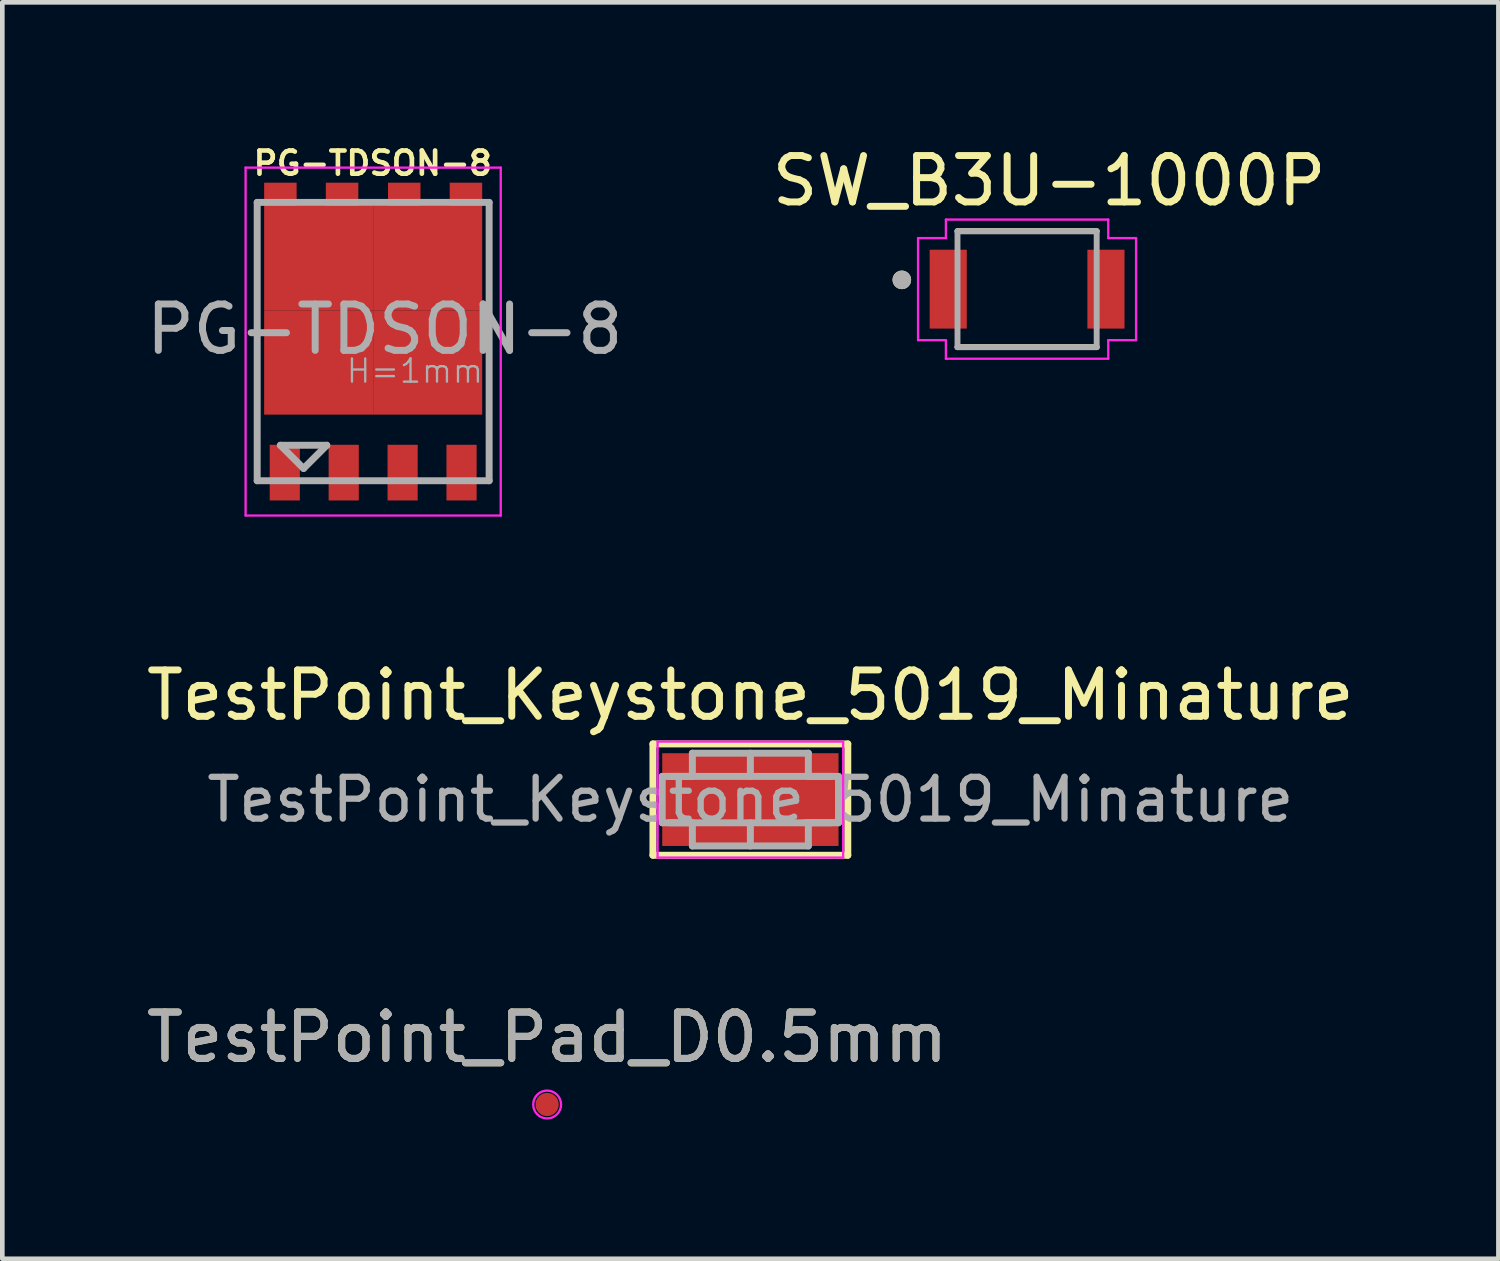
<source format=kicad_pcb>
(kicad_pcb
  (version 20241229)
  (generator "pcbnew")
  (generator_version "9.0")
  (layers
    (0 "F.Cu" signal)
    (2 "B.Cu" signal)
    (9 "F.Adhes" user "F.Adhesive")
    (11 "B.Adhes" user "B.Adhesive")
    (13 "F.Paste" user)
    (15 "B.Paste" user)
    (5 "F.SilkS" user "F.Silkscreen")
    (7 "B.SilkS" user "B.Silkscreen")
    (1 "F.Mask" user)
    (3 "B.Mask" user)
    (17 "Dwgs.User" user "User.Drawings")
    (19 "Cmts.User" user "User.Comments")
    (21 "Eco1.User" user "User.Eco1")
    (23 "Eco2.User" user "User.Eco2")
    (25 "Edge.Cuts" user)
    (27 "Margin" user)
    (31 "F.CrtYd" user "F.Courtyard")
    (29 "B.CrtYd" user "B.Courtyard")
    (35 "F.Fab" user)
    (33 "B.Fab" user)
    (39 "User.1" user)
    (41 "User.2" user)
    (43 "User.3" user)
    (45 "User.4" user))
  (footprint "TestPoint_Pad_D0.5mm"
    (layer "F.Cu")
    (at 8.744 20.759)
    (property "Reference" "TestPoint_Pad_D0.5mm" (at 0 -1.448 0) (layer "F.SilkS") (effects (font (size 1 1) (thickness 0.15))))
    (attr exclude_from_pos_files exclude_from_bom)
    (fp_circle (center 0 0) (end 0.3 0) (stroke (width 0.05) (type solid)) (fill no) (layer "F.CrtYd"))
    (fp_text user "${REFERENCE}" (at 0 -1.45 0) (layer "F.Fab") (effects (font (size 1 1) (thickness 0.15))))
    (pad "1" smd circle (at 0 0) (size 0.5 0.5) (layers "F.Cu" "F.Mask")))
  (footprint "TestPoint_Keystone_5019_Minature"
    (layer "F.Cu")
    (at 13.125 14.186)
    (property "Reference" "TestPoint_Keystone_5019_Minature" (at 0 -2.25 0) (layer "F.SilkS") (effects (font (size 1 1) (thickness 0.15))))
    (attr smd)
    (fp_line (start -2.1 -1.2) (end 2.1 -1.2) (stroke (width 0.15) (type solid)) (layer "F.SilkS"))
    (fp_line (start -2.1 1.2) (end -2.1 -1.2) (stroke (width 0.15) (type solid)) (layer "F.SilkS"))
    (fp_line (start 2.1 -1.2) (end 2.1 1.2) (stroke (width 0.15) (type solid)) (layer "F.SilkS"))
    (fp_line (start 2.1 1.2) (end -2.1 1.2) (stroke (width 0.15) (type solid)) (layer "F.SilkS"))
    (fp_line (start -2 -1.25) (end 2 -1.25) (stroke (width 0.05) (type solid)) (layer "F.CrtYd"))
    (fp_line (start -2 1.25) (end -2 -1.25) (stroke (width 0.05) (type solid)) (layer "F.CrtYd"))
    (fp_line (start 2 -1.25) (end 2 1.25) (stroke (width 0.05) (type solid)) (layer "F.CrtYd"))
    (fp_line (start 2 1.25) (end -2 1.25) (stroke (width 0.05) (type solid)) (layer "F.CrtYd"))
    (fp_line (start -1.9 -0.5) (end -1.9 0.5) (stroke (width 0.15) (type solid)) (layer "F.Fab"))
    (fp_line (start -1.9 -0.5) (end 1.9 -0.5) (stroke (width 0.15) (type solid)) (layer "F.Fab"))
    (fp_line (start -1.75 0.5) (end -1.25 0.5) (stroke (width 0.15) (type solid)) (layer "F.Fab"))
    (fp_line (start -1.25 -1) (end -1.25 -0.5) (stroke (width 0.15) (type solid)) (layer "F.Fab"))
    (fp_line (start -1.25 -0.5) (end -1.75 -0.5) (stroke (width 0.15) (type solid)) (layer "F.Fab"))
    (fp_line (start -1.25 0.5) (end -1.25 1) (stroke (width 0.15) (type solid)) (layer "F.Fab"))
    (fp_line (start -1.25 1) (end 1.25 1) (stroke (width 0.15) (type solid)) (layer "F.Fab"))
    (fp_line (start 0 -1) (end 0 -0.5) (stroke (width 0.15) (type solid)) (layer "F.Fab"))
    (fp_line (start 0 0.5) (end 0 1) (stroke (width 0.15) (type solid)) (layer "F.Fab"))
    (fp_line (start 1.25 -1) (end -1.25 -1) (stroke (width 0.15) (type solid)) (layer "F.Fab"))
    (fp_line (start 1.25 -0.5) (end 1.25 -1) (stroke (width 0.15) (type solid)) (layer "F.Fab"))
    (fp_line (start 1.25 0.5) (end 1.75 0.5) (stroke (width 0.15) (type solid)) (layer "F.Fab"))
    (fp_line (start 1.25 1) (end 1.25 0.5) (stroke (width 0.15) (type solid)) (layer "F.Fab"))
    (fp_line (start 1.75 -0.5) (end 1.25 -0.5) (stroke (width 0.15) (type solid)) (layer "F.Fab"))
    (fp_line (start 1.9 0.5) (end -1.9 0.5) (stroke (width 0.15) (type solid)) (layer "F.Fab"))
    (fp_line (start 1.9 0.5) (end 1.9 -0.5) (stroke (width 0.15) (type solid)) (layer "F.Fab"))
    (fp_text user "${REFERENCE}" (at 0 0 0) (layer "F.Fab") (effects (font (size 0.9 0.9) (thickness 0.135))))
    (pad "1" smd rect (at 0 0) (size 3.8 2) (layers "F.Cu" "F.Mask" "F.Paste")))
  (footprint "PG-TDSON-8"
    (layer "F.Cu")
    (at 4.994 4.313)
    (property "Reference" "PG-TDSON-8" (at -0.01 -3.845 0) (layer "F.SilkS") (effects (font (size 0.5 0.5) (thickness 0.1))))
    (attr smd)
    (fp_line (start -2.75 3.75) (end -2.75 -3.75) (stroke (width 0.05) (type solid)) (layer "F.CrtYd"))
    (fp_line (start 2.75 -3.75) (end -2.75 -3.75) (stroke (width 0.05) (type solid)) (layer "F.CrtYd"))
    (fp_line (start 2.75 -3.75) (end 2.75 3.75) (stroke (width 0.05) (type solid)) (layer "F.CrtYd"))
    (fp_line (start 2.75 3.75) (end -2.75 3.75) (stroke (width 0.05) (type solid)) (layer "F.CrtYd"))
    (fp_line (start -2.5 -3) (end -2.5 3) (stroke (width 0.15) (type solid)) (layer "F.Fab"))
    (fp_line (start -2.5 3) (end 2.5 3) (stroke (width 0.15) (type solid)) (layer "F.Fab"))
    (fp_line (start -2 2.235) (end -1.5 2.735) (stroke (width 0.15) (type solid)) (layer "F.Fab"))
    (fp_line (start -1.5 2.735) (end -1 2.235) (stroke (width 0.15) (type solid)) (layer "F.Fab"))
    (fp_line (start -1 2.235) (end -2 2.235) (stroke (width 0.15) (type solid)) (layer "F.Fab"))
    (fp_line (start 2.5 -3) (end -2.5 -3) (stroke (width 0.15) (type solid)) (layer "F.Fab"))
    (fp_line (start 2.5 3) (end 2.5 -3) (stroke (width 0.15) (type solid)) (layer "F.Fab"))
    (fp_text user "${REFERENCE}" (at 0.25 -0.265 0) (layer "F.Fab") (effects (font (size 1 1) (thickness 0.15))))
    (fp_text user "H=1mm" (at 0.9 0.635 0) (layer "F.Fab") (effects (font (size 0.5 0.5) (thickness 0.05))))
    (pad "1" smd rect (at -1.905 2.825) (size 0.65 1.2) (layers "F.Cu" "F.Mask" "F.Paste"))
    (pad "1" smd rect (at -0.635 2.825) (size 0.65 1.2) (layers "F.Cu" "F.Mask" "F.Paste"))
    (pad "1" smd rect (at 0.635 2.825) (size 0.65 1.2) (layers "F.Cu" "F.Mask" "F.Paste"))
    (pad "2" smd rect (at 1.905 2.825) (size 0.65 1.2) (layers "F.Cu" "F.Mask" "F.Paste"))
    (pad "3" smd rect (at -2 -3.175) (size 0.7 0.5) (layers "F.Cu" "F.Mask" "F.Paste"))
    (pad "3" smd rect (at -1.175 -1.8) (size 2.35 2.25) (layers "F.Cu" "F.Mask" "F.Paste"))
    (pad "3" smd rect (at -1.175 0.45) (size 2.35 2.25) (layers "F.Cu" "F.Mask" "F.Paste"))
    (pad "3" smd rect (at -0.67 -3.175) (size 0.7 0.5) (layers "F.Cu" "F.Mask" "F.Paste"))
    (pad "3" smd rect (at 0.67 -3.175) (size 0.7 0.5) (layers "F.Cu" "F.Mask" "F.Paste"))
    (pad "3" smd rect (at 1.175 -1.8) (size 2.35 2.25) (layers "F.Cu" "F.Mask" "F.Paste"))
    (pad "3" smd rect (at 1.175 0.45) (size 2.35 2.25) (layers "F.Cu" "F.Mask" "F.Paste"))
    (pad "3" smd rect (at 2 -3.175) (size 0.7 0.5) (layers "F.Cu" "F.Mask" "F.Paste")))
  (footprint "SW_B3U-1000P"
    (layer "F.Cu")
    (at 19.09 3.183)
    (property "Reference" "SW_B3U-1000P" (at 0.475 -2.335 0) (layer "F.SilkS") (effects (font (size 1 1) (thickness 0.15))))
    (attr smd)
    (fp_line (start -1.5 -1.25) (end 1.5 -1.25) (stroke (width 0.127) (type solid)) (layer "F.SilkS"))
    (fp_line (start -1.5 1.25) (end 1.5 1.25) (stroke (width 0.127) (type solid)) (layer "F.SilkS"))
    (fp_circle (center -2.7 -0.2) (end -2.6 -0.2) (stroke (width 0.2) (type solid)) (fill no) (layer "F.SilkS"))
    (fp_line (start -2.35 -1.1) (end -1.75 -1.1) (stroke (width 0.05) (type solid)) (layer "F.CrtYd"))
    (fp_line (start -2.35 1.1) (end -2.35 -1.1) (stroke (width 0.05) (type solid)) (layer "F.CrtYd"))
    (fp_line (start -1.75 -1.5) (end 1.75 -1.5) (stroke (width 0.05) (type solid)) (layer "F.CrtYd"))
    (fp_line (start -1.75 -1.1) (end -1.75 -1.5) (stroke (width 0.05) (type solid)) (layer "F.CrtYd"))
    (fp_line (start -1.75 1.1) (end -2.35 1.1) (stroke (width 0.05) (type solid)) (layer "F.CrtYd"))
    (fp_line (start -1.75 1.5) (end -1.75 1.1) (stroke (width 0.05) (type solid)) (layer "F.CrtYd"))
    (fp_line (start 1.75 -1.5) (end 1.75 -1.1) (stroke (width 0.05) (type solid)) (layer "F.CrtYd"))
    (fp_line (start 1.75 -1.1) (end 2.35 -1.1) (stroke (width 0.05) (type solid)) (layer "F.CrtYd"))
    (fp_line (start 1.75 1.1) (end 1.75 1.5) (stroke (width 0.05) (type solid)) (layer "F.CrtYd"))
    (fp_line (start 1.75 1.5) (end -1.75 1.5) (stroke (width 0.05) (type solid)) (layer "F.CrtYd"))
    (fp_line (start 2.35 -1.1) (end 2.35 1.1) (stroke (width 0.05) (type solid)) (layer "F.CrtYd"))
    (fp_line (start 2.35 1.1) (end 1.75 1.1) (stroke (width 0.05) (type solid)) (layer "F.CrtYd"))
    (fp_line (start -1.5 1.25) (end -1.5 -1.25) (stroke (width 0.127) (type solid)) (layer "F.Fab"))
    (fp_line (start 1.5 -1.25) (end -1.5 -1.25) (stroke (width 0.127) (type solid)) (layer "F.Fab"))
    (fp_line (start 1.5 -1.25) (end 1.5 1.25) (stroke (width 0.127) (type solid)) (layer "F.Fab"))
    (fp_line (start 1.5 1.25) (end -1.5 1.25) (stroke (width 0.127) (type solid)) (layer "F.Fab"))
    (fp_circle (center -2.7 -0.2) (end -2.6 -0.2) (stroke (width 0.2) (type solid)) (fill no) (layer "F.Fab"))
    (pad "1" smd rect (at -1.7 0 90) (size 1.7 0.8) (layers "F.Cu" "F.Mask" "F.Paste"))
    (pad "2" smd rect (at 1.7 0 90) (size 1.7 0.8) (layers "F.Cu" "F.Mask" "F.Paste")))
  (gr_rect
    (start -3 -3)
    (end 29.25 24.084)
    (stroke (width 0.1) (type default))
    (fill no)
    (layer "Edge.Cuts")))
</source>
